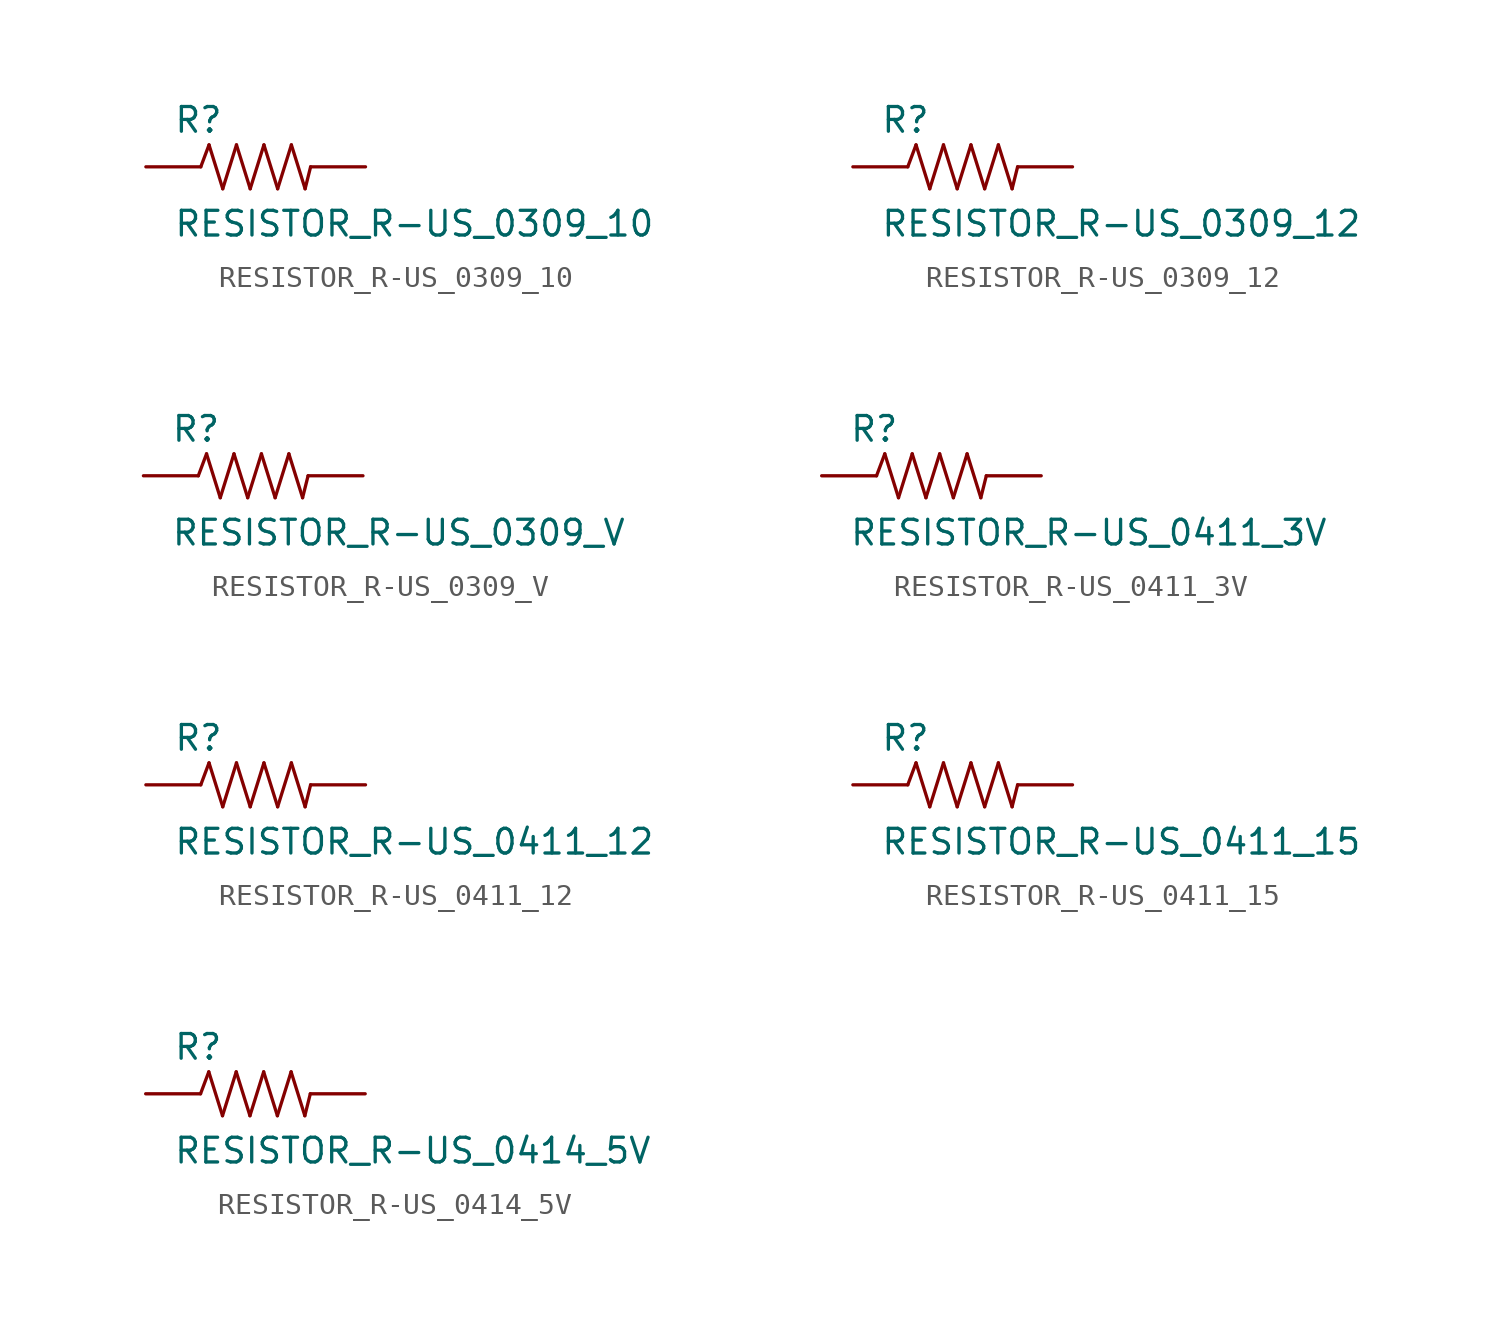
<source format=kicad_sym>
(kicad_symbol_lib
  (version 20210619)
  (generator kicad_symbol_editor)
  (symbol "RESISTOR_R-US_0309_10"
    (pin_numbers hide)
    (pin_names
      (offset 1.016) hide)
    (property "Reference" "R"
      (at -3.81 1.499 0)
      (effects (font (size 1.143 1.143)) (justify left bottom)))
    (property "Value" "RESISTOR_R-US_0309_10"
      (at -3.81 -3.302 0)
      (effects (font (size 1.143 1.143)) (justify left bottom)))
    (property "ki_locked" ""
      (at 0 0 0)
      (effects (font (size 1.27 1.27))))
    (symbol "RESISTOR_R-US_0309_10_1_0"
      (polyline (pts (xy -2.54 0) (xy -2.159 1.016)) (stroke (width 0)) (fill (type none)))
      (polyline (pts (xy -2.159 1.016) (xy -1.524 -1.016)) (stroke (width 0)) (fill (type none)))
      (polyline (pts (xy -1.524 -1.016) (xy -0.889 1.016)) (stroke (width 0)) (fill (type none)))
      (polyline (pts (xy -0.889 1.016) (xy -0.254 -1.016)) (stroke (width 0)) (fill (type none)))
      (polyline (pts (xy -0.254 -1.016) (xy 0.381 1.016)) (stroke (width 0)) (fill (type none)))
      (polyline (pts (xy 0.381 1.016) (xy 1.016 -1.016)) (stroke (width 0)) (fill (type none)))
      (polyline (pts (xy 1.016 -1.016) (xy 1.651 1.016)) (stroke (width 0)) (fill (type none)))
      (polyline (pts (xy 1.651 1.016) (xy 2.286 -1.016)) (stroke (width 0)) (fill (type none)))
      (polyline (pts (xy 2.286 -1.016) (xy 2.54 0)) (stroke (width 0)) (fill (type none))))
    (symbol "RESISTOR_R-US_0309_10_1_1"
      (pin passive line (at -5.08 0 0) (length 2.54) (name "1" (effects (font (size 1.016 1.016)))) (number "1" (effects (font (size 1.016 1.016)))))
      (pin passive line (at 5.08 0 180) (length 2.54) (name "2" (effects (font (size 1.016 1.016)))) (number "2" (effects (font (size 1.016 1.016)))))))
  (symbol "RESISTOR_R-US_0309_12"
    (pin_numbers hide)
    (pin_names
      (offset 1.016) hide)
    (property "Reference" "R"
      (at -3.81 1.499 0)
      (effects (font (size 1.143 1.143)) (justify left bottom)))
    (property "Value" "RESISTOR_R-US_0309_12"
      (at -3.81 -3.302 0)
      (effects (font (size 1.143 1.143)) (justify left bottom)))
    (property "ki_locked" ""
      (at 0 0 0)
      (effects (font (size 1.27 1.27))))
    (symbol "RESISTOR_R-US_0309_12_1_0"
      (polyline (pts (xy -2.54 0) (xy -2.159 1.016)) (stroke (width 0)) (fill (type none)))
      (polyline (pts (xy -2.159 1.016) (xy -1.524 -1.016)) (stroke (width 0)) (fill (type none)))
      (polyline (pts (xy -1.524 -1.016) (xy -0.889 1.016)) (stroke (width 0)) (fill (type none)))
      (polyline (pts (xy -0.889 1.016) (xy -0.254 -1.016)) (stroke (width 0)) (fill (type none)))
      (polyline (pts (xy -0.254 -1.016) (xy 0.381 1.016)) (stroke (width 0)) (fill (type none)))
      (polyline (pts (xy 0.381 1.016) (xy 1.016 -1.016)) (stroke (width 0)) (fill (type none)))
      (polyline (pts (xy 1.016 -1.016) (xy 1.651 1.016)) (stroke (width 0)) (fill (type none)))
      (polyline (pts (xy 1.651 1.016) (xy 2.286 -1.016)) (stroke (width 0)) (fill (type none)))
      (polyline (pts (xy 2.286 -1.016) (xy 2.54 0)) (stroke (width 0)) (fill (type none))))
    (symbol "RESISTOR_R-US_0309_12_1_1"
      (pin passive line (at -5.08 0 0) (length 2.54) (name "1" (effects (font (size 1.016 1.016)))) (number "1" (effects (font (size 1.016 1.016)))))
      (pin passive line (at 5.08 0 180) (length 2.54) (name "2" (effects (font (size 1.016 1.016)))) (number "2" (effects (font (size 1.016 1.016)))))))
  (symbol "RESISTOR_R-US_0309_V"
    (pin_numbers hide)
    (pin_names
      (offset 1.016) hide)
    (property "Reference" "R"
      (at -3.81 1.499 0)
      (effects (font (size 1.143 1.143)) (justify left bottom)))
    (property "Value" "RESISTOR_R-US_0309_V"
      (at -3.81 -3.302 0)
      (effects (font (size 1.143 1.143)) (justify left bottom)))
    (property "ki_locked" ""
      (at 0 0 0)
      (effects (font (size 1.27 1.27))))
    (symbol "RESISTOR_R-US_0309_V_1_0"
      (polyline (pts (xy -2.54 0) (xy -2.159 1.016)) (stroke (width 0)) (fill (type none)))
      (polyline (pts (xy -2.159 1.016) (xy -1.524 -1.016)) (stroke (width 0)) (fill (type none)))
      (polyline (pts (xy -1.524 -1.016) (xy -0.889 1.016)) (stroke (width 0)) (fill (type none)))
      (polyline (pts (xy -0.889 1.016) (xy -0.254 -1.016)) (stroke (width 0)) (fill (type none)))
      (polyline (pts (xy -0.254 -1.016) (xy 0.381 1.016)) (stroke (width 0)) (fill (type none)))
      (polyline (pts (xy 0.381 1.016) (xy 1.016 -1.016)) (stroke (width 0)) (fill (type none)))
      (polyline (pts (xy 1.016 -1.016) (xy 1.651 1.016)) (stroke (width 0)) (fill (type none)))
      (polyline (pts (xy 1.651 1.016) (xy 2.286 -1.016)) (stroke (width 0)) (fill (type none)))
      (polyline (pts (xy 2.286 -1.016) (xy 2.54 0)) (stroke (width 0)) (fill (type none))))
    (symbol "RESISTOR_R-US_0309_V_1_1"
      (pin passive line (at -5.08 0 0) (length 2.54) (name "1" (effects (font (size 1.016 1.016)))) (number "1" (effects (font (size 1.016 1.016)))))
      (pin passive line (at 5.08 0 180) (length 2.54) (name "2" (effects (font (size 1.016 1.016)))) (number "2" (effects (font (size 1.016 1.016)))))))
  (symbol "RESISTOR_R-US_0411_3V"
    (pin_numbers hide)
    (pin_names
      (offset 1.016) hide)
    (property "Reference" "R"
      (at -3.81 1.499 0)
      (effects (font (size 1.143 1.143)) (justify left bottom)))
    (property "Value" "RESISTOR_R-US_0411_3V"
      (at -3.81 -3.302 0)
      (effects (font (size 1.143 1.143)) (justify left bottom)))
    (property "ki_locked" ""
      (at 0 0 0)
      (effects (font (size 1.27 1.27))))
    (symbol "RESISTOR_R-US_0411_3V_1_0"
      (polyline (pts (xy -2.54 0) (xy -2.159 1.016)) (stroke (width 0)) (fill (type none)))
      (polyline (pts (xy -2.159 1.016) (xy -1.524 -1.016)) (stroke (width 0)) (fill (type none)))
      (polyline (pts (xy -1.524 -1.016) (xy -0.889 1.016)) (stroke (width 0)) (fill (type none)))
      (polyline (pts (xy -0.889 1.016) (xy -0.254 -1.016)) (stroke (width 0)) (fill (type none)))
      (polyline (pts (xy -0.254 -1.016) (xy 0.381 1.016)) (stroke (width 0)) (fill (type none)))
      (polyline (pts (xy 0.381 1.016) (xy 1.016 -1.016)) (stroke (width 0)) (fill (type none)))
      (polyline (pts (xy 1.016 -1.016) (xy 1.651 1.016)) (stroke (width 0)) (fill (type none)))
      (polyline (pts (xy 1.651 1.016) (xy 2.286 -1.016)) (stroke (width 0)) (fill (type none)))
      (polyline (pts (xy 2.286 -1.016) (xy 2.54 0)) (stroke (width 0)) (fill (type none))))
    (symbol "RESISTOR_R-US_0411_3V_1_1"
      (pin passive line (at -5.08 0 0) (length 2.54) (name "1" (effects (font (size 1.016 1.016)))) (number "1" (effects (font (size 1.016 1.016)))))
      (pin passive line (at 5.08 0 180) (length 2.54) (name "2" (effects (font (size 1.016 1.016)))) (number "2" (effects (font (size 1.016 1.016)))))))
  (symbol "RESISTOR_R-US_0411_12"
    (pin_numbers hide)
    (pin_names
      (offset 1.016) hide)
    (property "Reference" "R"
      (at -3.81 1.499 0)
      (effects (font (size 1.143 1.143)) (justify left bottom)))
    (property "Value" "RESISTOR_R-US_0411_12"
      (at -3.81 -3.302 0)
      (effects (font (size 1.143 1.143)) (justify left bottom)))
    (property "ki_locked" ""
      (at 0 0 0)
      (effects (font (size 1.27 1.27))))
    (symbol "RESISTOR_R-US_0411_12_1_0"
      (polyline (pts (xy -2.54 0) (xy -2.159 1.016)) (stroke (width 0)) (fill (type none)))
      (polyline (pts (xy -2.159 1.016) (xy -1.524 -1.016)) (stroke (width 0)) (fill (type none)))
      (polyline (pts (xy -1.524 -1.016) (xy -0.889 1.016)) (stroke (width 0)) (fill (type none)))
      (polyline (pts (xy -0.889 1.016) (xy -0.254 -1.016)) (stroke (width 0)) (fill (type none)))
      (polyline (pts (xy -0.254 -1.016) (xy 0.381 1.016)) (stroke (width 0)) (fill (type none)))
      (polyline (pts (xy 0.381 1.016) (xy 1.016 -1.016)) (stroke (width 0)) (fill (type none)))
      (polyline (pts (xy 1.016 -1.016) (xy 1.651 1.016)) (stroke (width 0)) (fill (type none)))
      (polyline (pts (xy 1.651 1.016) (xy 2.286 -1.016)) (stroke (width 0)) (fill (type none)))
      (polyline (pts (xy 2.286 -1.016) (xy 2.54 0)) (stroke (width 0)) (fill (type none))))
    (symbol "RESISTOR_R-US_0411_12_1_1"
      (pin passive line (at -5.08 0 0) (length 2.54) (name "1" (effects (font (size 1.016 1.016)))) (number "1" (effects (font (size 1.016 1.016)))))
      (pin passive line (at 5.08 0 180) (length 2.54) (name "2" (effects (font (size 1.016 1.016)))) (number "2" (effects (font (size 1.016 1.016)))))))
  (symbol "RESISTOR_R-US_0411_15"
    (pin_numbers hide)
    (pin_names
      (offset 1.016) hide)
    (property "Reference" "R"
      (at -3.81 1.499 0)
      (effects (font (size 1.143 1.143)) (justify left bottom)))
    (property "Value" "RESISTOR_R-US_0411_15"
      (at -3.81 -3.302 0)
      (effects (font (size 1.143 1.143)) (justify left bottom)))
    (property "ki_locked" ""
      (at 0 0 0)
      (effects (font (size 1.27 1.27))))
    (symbol "RESISTOR_R-US_0411_15_1_0"
      (polyline (pts (xy -2.54 0) (xy -2.159 1.016)) (stroke (width 0)) (fill (type none)))
      (polyline (pts (xy -2.159 1.016) (xy -1.524 -1.016)) (stroke (width 0)) (fill (type none)))
      (polyline (pts (xy -1.524 -1.016) (xy -0.889 1.016)) (stroke (width 0)) (fill (type none)))
      (polyline (pts (xy -0.889 1.016) (xy -0.254 -1.016)) (stroke (width 0)) (fill (type none)))
      (polyline (pts (xy -0.254 -1.016) (xy 0.381 1.016)) (stroke (width 0)) (fill (type none)))
      (polyline (pts (xy 0.381 1.016) (xy 1.016 -1.016)) (stroke (width 0)) (fill (type none)))
      (polyline (pts (xy 1.016 -1.016) (xy 1.651 1.016)) (stroke (width 0)) (fill (type none)))
      (polyline (pts (xy 1.651 1.016) (xy 2.286 -1.016)) (stroke (width 0)) (fill (type none)))
      (polyline (pts (xy 2.286 -1.016) (xy 2.54 0)) (stroke (width 0)) (fill (type none))))
    (symbol "RESISTOR_R-US_0411_15_1_1"
      (pin passive line (at -5.08 0 0) (length 2.54) (name "1" (effects (font (size 1.016 1.016)))) (number "1" (effects (font (size 1.016 1.016)))))
      (pin passive line (at 5.08 0 180) (length 2.54) (name "2" (effects (font (size 1.016 1.016)))) (number "2" (effects (font (size 1.016 1.016)))))))
  (symbol "RESISTOR_R-US_0414_5V"
    (pin_numbers hide)
    (pin_names
      (offset 1.016) hide)
    (property "Reference" "R"
      (at -3.81 1.499 0)
      (effects (font (size 1.143 1.143)) (justify left bottom)))
    (property "Value" "RESISTOR_R-US_0414_5V"
      (at -3.81 -3.302 0)
      (effects (font (size 1.143 1.143)) (justify left bottom)))
    (property "ki_locked" ""
      (at 0 0 0)
      (effects (font (size 1.27 1.27))))
    (symbol "RESISTOR_R-US_0414_5V_1_0"
      (polyline (pts (xy -2.54 0) (xy -2.159 1.016)) (stroke (width 0)) (fill (type none)))
      (polyline (pts (xy -2.159 1.016) (xy -1.524 -1.016)) (stroke (width 0)) (fill (type none)))
      (polyline (pts (xy -1.524 -1.016) (xy -0.889 1.016)) (stroke (width 0)) (fill (type none)))
      (polyline (pts (xy -0.889 1.016) (xy -0.254 -1.016)) (stroke (width 0)) (fill (type none)))
      (polyline (pts (xy -0.254 -1.016) (xy 0.381 1.016)) (stroke (width 0)) (fill (type none)))
      (polyline (pts (xy 0.381 1.016) (xy 1.016 -1.016)) (stroke (width 0)) (fill (type none)))
      (polyline (pts (xy 1.016 -1.016) (xy 1.651 1.016)) (stroke (width 0)) (fill (type none)))
      (polyline (pts (xy 1.651 1.016) (xy 2.286 -1.016)) (stroke (width 0)) (fill (type none)))
      (polyline (pts (xy 2.286 -1.016) (xy 2.54 0)) (stroke (width 0)) (fill (type none))))
    (symbol "RESISTOR_R-US_0414_5V_1_1"
      (pin passive line (at -5.08 0 0) (length 2.54) (name "1" (effects (font (size 1.016 1.016)))) (number "1" (effects (font (size 1.016 1.016)))))
      (pin passive line (at 5.08 0 180) (length 2.54) (name "2" (effects (font (size 1.016 1.016)))) (number "2" (effects (font (size 1.016 1.016))))))))
</source>
